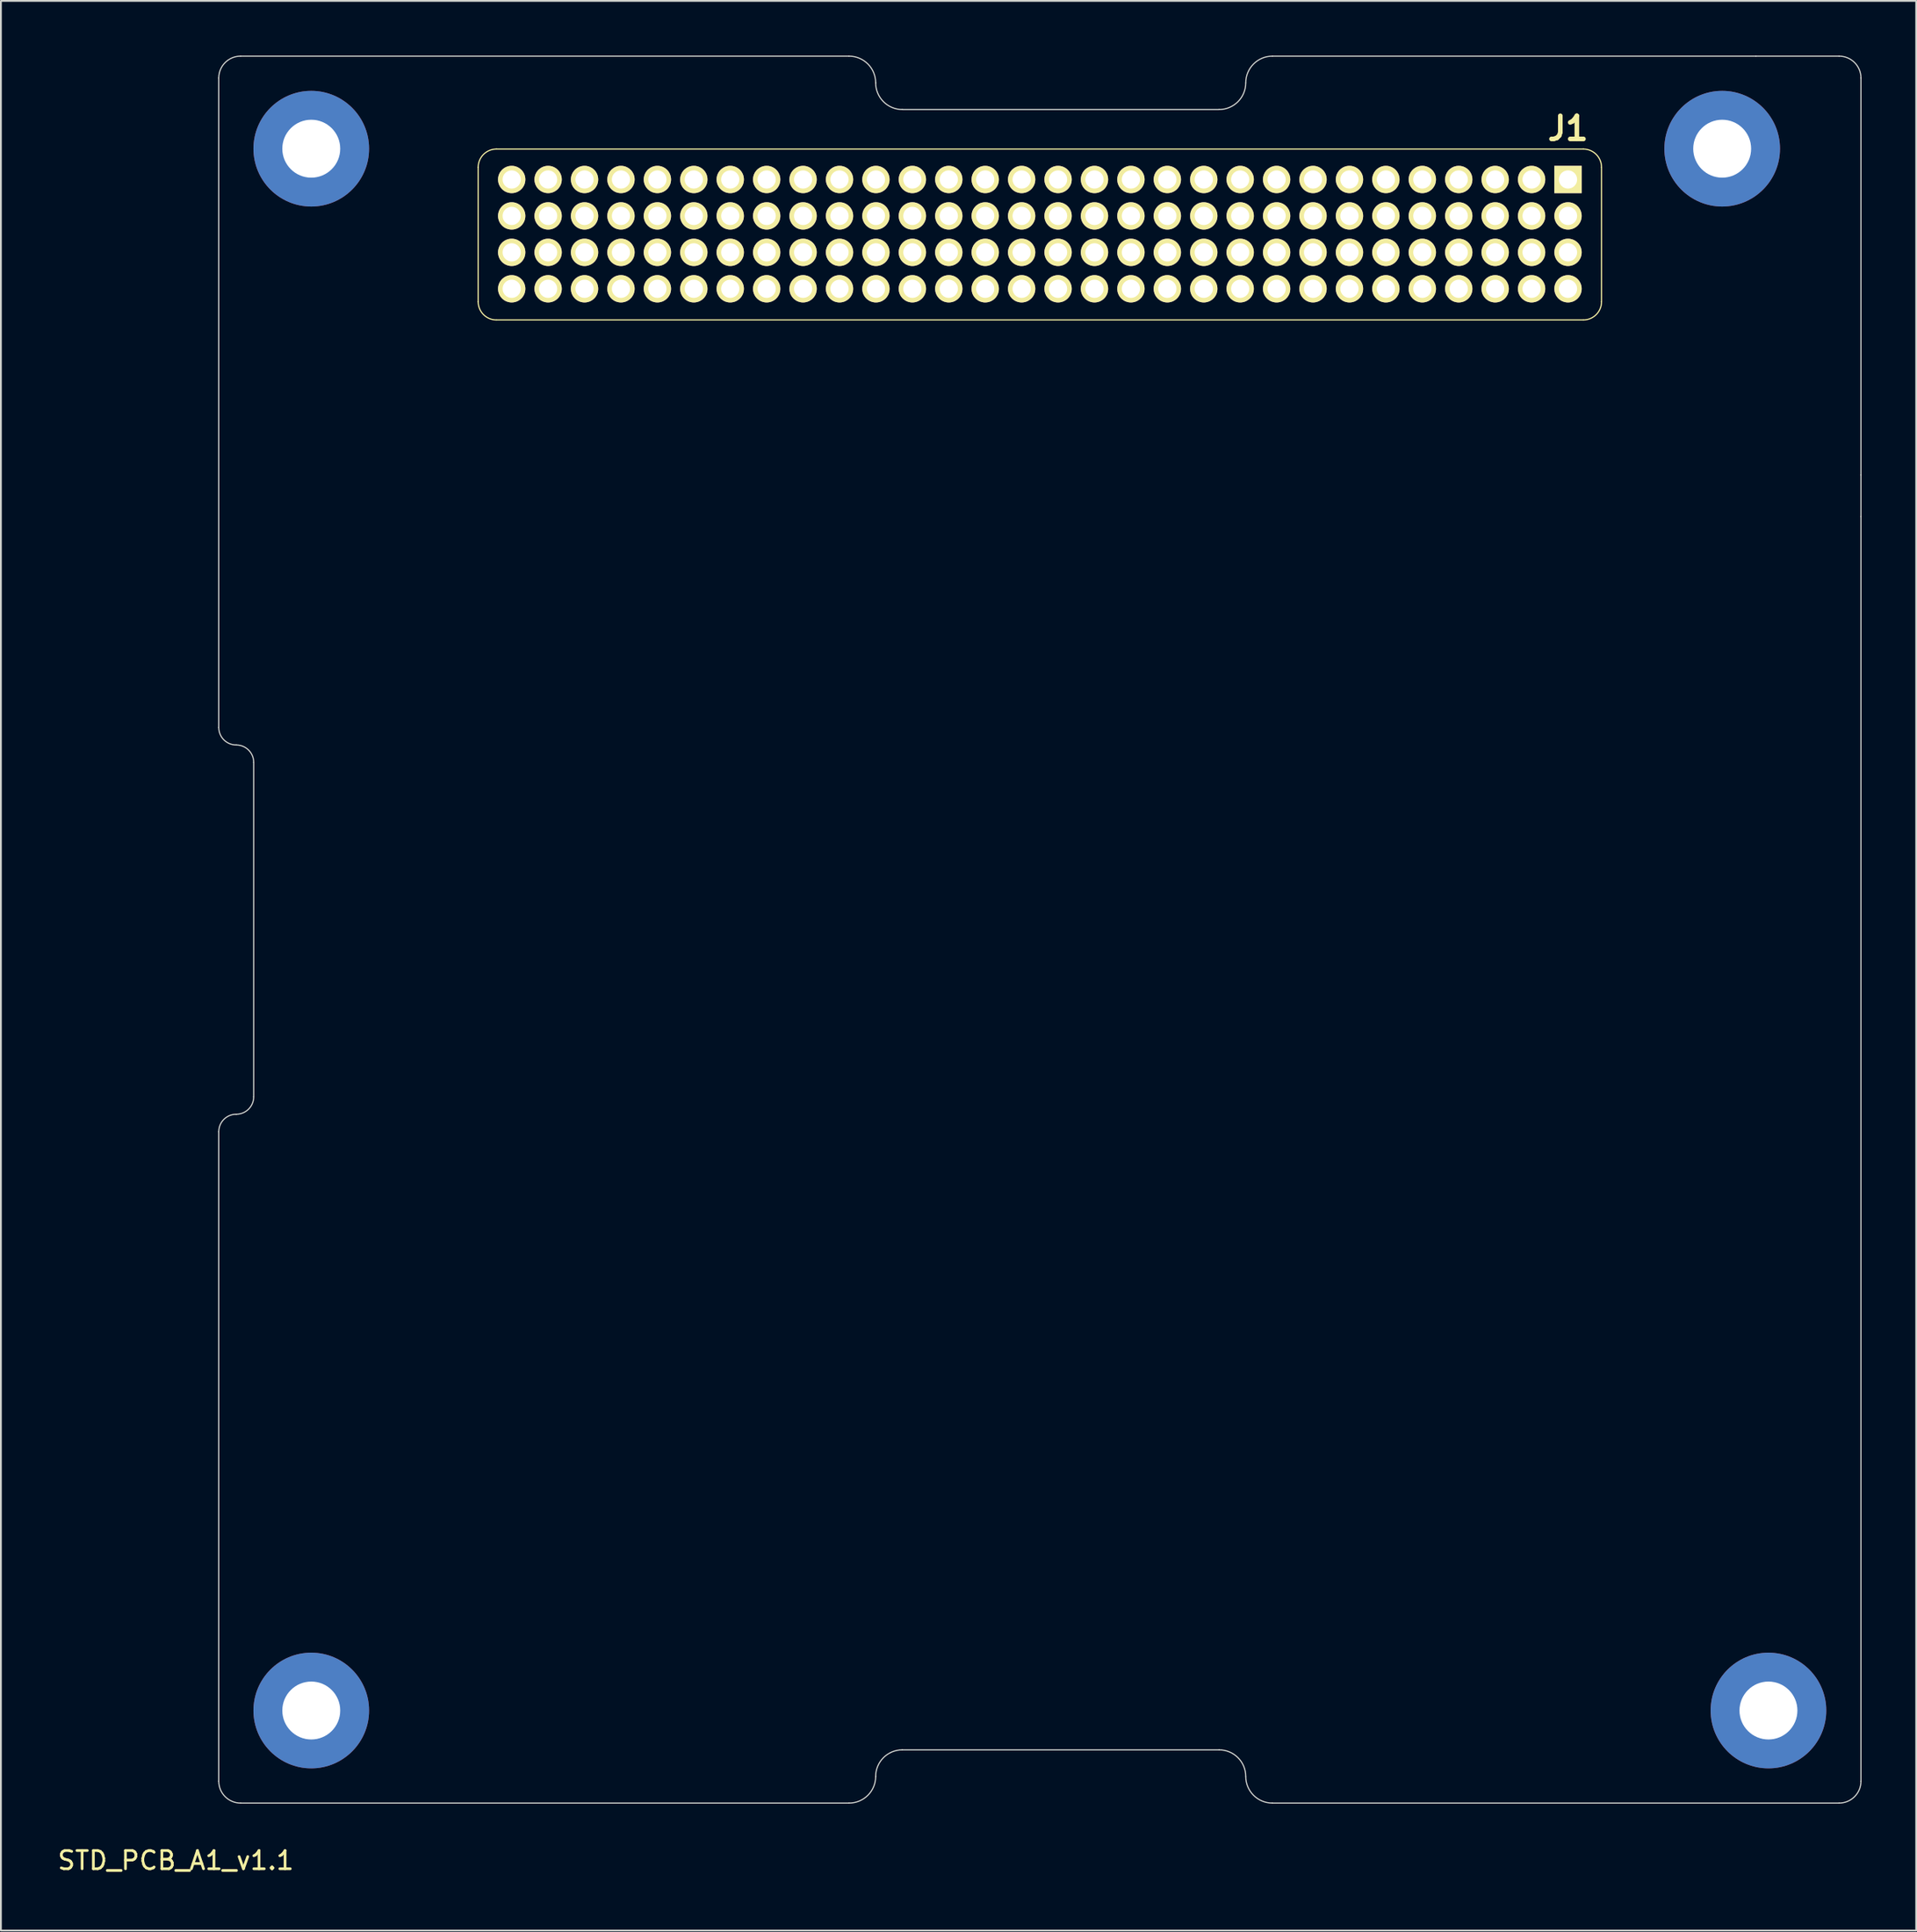
<source format=kicad_pcb>
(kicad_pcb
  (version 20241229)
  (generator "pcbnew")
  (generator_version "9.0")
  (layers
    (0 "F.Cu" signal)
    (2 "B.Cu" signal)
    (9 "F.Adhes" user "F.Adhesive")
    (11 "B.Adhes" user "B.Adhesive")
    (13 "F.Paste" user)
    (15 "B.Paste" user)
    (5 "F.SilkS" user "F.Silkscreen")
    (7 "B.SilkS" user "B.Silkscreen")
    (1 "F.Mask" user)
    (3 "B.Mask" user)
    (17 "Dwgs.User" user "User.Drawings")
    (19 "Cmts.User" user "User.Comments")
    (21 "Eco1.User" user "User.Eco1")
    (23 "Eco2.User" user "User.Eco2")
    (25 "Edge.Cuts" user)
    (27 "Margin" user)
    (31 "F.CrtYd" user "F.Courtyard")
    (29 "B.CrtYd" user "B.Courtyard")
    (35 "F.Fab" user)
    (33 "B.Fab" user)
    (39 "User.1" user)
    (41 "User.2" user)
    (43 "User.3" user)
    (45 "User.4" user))
  (footprint "STD_PCB_A1_v1.1"
    (layer "F.Cu")
    (at 8.961 95.922)
    (property "Reference" "STD_PCB_A1_v1.1" (at -2.36 3.15 0) (layer "F.SilkS") (effects (font (size 1 1) (thickness 0.15))))
    (attr through_hole)
    (fp_line (start 14.245 -89.79) (end 14.245 -82.41) (stroke (width 0.064) (type solid)) (layer "F.SilkS"))
    (fp_line (start 15.245 -81.41) (end 74.925 -81.41) (stroke (width 0.064) (type solid)) (layer "F.SilkS"))
    (fp_line (start 74.925 -90.79) (end 15.245 -90.79) (stroke (width 0.064) (type solid)) (layer "F.SilkS"))
    (fp_line (start 75.925 -82.41) (end 75.925 -89.79) (stroke (width 0.064) (type solid)) (layer "F.SilkS"))
    (fp_arc (start 14.245 -89.79) (mid 14.537893 -90.497107) (end 15.245 -90.79) (stroke (width 0.0635) (type solid)) (layer "F.SilkS"))
    (fp_arc (start 15.245 -81.41) (mid 14.537893 -81.702893) (end 14.245 -82.41) (stroke (width 0.0635) (type solid)) (layer "F.SilkS"))
    (fp_arc (start 74.925 -90.79) (mid 75.632107 -90.497107) (end 75.925 -89.79) (stroke (width 0.0635) (type solid)) (layer "F.SilkS"))
    (fp_arc (start 75.925 -82.41) (mid 75.632107 -81.702893) (end 74.925 -81.41) (stroke (width 0.0635) (type solid)) (layer "F.SilkS"))
    (fp_line (start 0 -59.04) (end 0 -94.69) (stroke (width 0.064) (type solid)) (layer "Edge.Cuts"))
    (fp_line (start 0 -1.2) (end 0 -36.85) (stroke (width 0.064) (type solid)) (layer "Edge.Cuts"))
    (fp_line (start 1.2 -95.89) (end 34.605 -95.89) (stroke (width 0.064) (type solid)) (layer "Edge.Cuts"))
    (fp_line (start 1.2 0) (end 34.61 0) (stroke (width 0.064) (type solid)) (layer "Edge.Cuts"))
    (fp_line (start 1.92 -38.77) (end 1.92 -57.12) (stroke (width 0.064) (type solid)) (layer "Edge.Cuts"))
    (fp_line (start 37.53 -2.92) (end 54.93 -2.92) (stroke (width 0.064) (type solid)) (layer "Edge.Cuts"))
    (fp_line (start 37.535 -92.96) (end 54.925 -92.96) (stroke (width 0.064) (type solid)) (layer "Edge.Cuts"))
    (fp_line (start 57.85 0) (end 88.97 0) (stroke (width 0.064) (type solid)) (layer "Edge.Cuts"))
    (fp_line (start 57.855 -95.89) (end 84.4 -95.89) (stroke (width 0.064) (type solid)) (layer "Edge.Cuts"))
    (fp_line (start 88.97 -95.89) (end 84.4 -95.89) (stroke (width 0.064) (type solid)) (layer "Edge.Cuts"))
    (fp_line (start 90.17 -72.9) (end 90.17 -94.69) (stroke (width 0.064) (type solid)) (layer "Edge.Cuts"))
    (fp_line (start 90.17 -72.9) (end 90.17 -70.615) (stroke (width 0.064) (type solid)) (layer "Edge.Cuts"))
    (fp_line (start 90.17 -1.2) (end 90.17 -70.615) (stroke (width 0.064) (type solid)) (layer "Edge.Cuts"))
    (fp_arc (start 0 -94.69) (mid 0.351472 -95.538528) (end 1.2 -95.89) (stroke (width 0.0635) (type solid)) (layer "Edge.Cuts"))
    (fp_arc (start 0 -36.85) (mid 0.281177 -37.528823) (end 0.96 -37.81) (stroke (width 0.0635) (type solid)) (layer "Edge.Cuts"))
    (fp_arc (start 0.96 -58.08) (mid 0.281177 -58.361177) (end 0 -59.04) (stroke (width 0.0635) (type solid)) (layer "Edge.Cuts"))
    (fp_arc (start 0.96 -58.08) (mid 1.638823 -57.798823) (end 1.92 -57.12) (stroke (width 0.0635) (type solid)) (layer "Edge.Cuts"))
    (fp_arc (start 1.2 0) (mid 0.351472 -0.351472) (end 0 -1.2) (stroke (width 0.0635) (type solid)) (layer "Edge.Cuts"))
    (fp_arc (start 1.92 -38.77) (mid 1.638823 -38.091177) (end 0.96 -37.81) (stroke (width 0.0635) (type solid)) (layer "Edge.Cuts"))
    (fp_arc (start 34.605 -95.89) (mid 35.640911 -95.460911) (end 36.07 -94.425) (stroke (width 0.0635) (type solid)) (layer "Edge.Cuts"))
    (fp_arc (start 36.07 -1.46) (mid 35.642376 -0.427624) (end 34.61 0) (stroke (width 0.0635) (type solid)) (layer "Edge.Cuts"))
    (fp_arc (start 36.07 -1.46) (mid 36.497624 -2.492376) (end 37.53 -2.92) (stroke (width 0.0635) (type solid)) (layer "Edge.Cuts"))
    (fp_arc (start 37.535 -92.96) (mid 36.499089 -93.389089) (end 36.07 -94.425) (stroke (width 0.0635) (type solid)) (layer "Edge.Cuts"))
    (fp_arc (start 54.93 -2.92) (mid 55.962376 -2.492376) (end 56.39 -1.46) (stroke (width 0.0635) (type solid)) (layer "Edge.Cuts"))
    (fp_arc (start 56.39 -94.425) (mid 55.960911 -93.389089) (end 54.925 -92.96) (stroke (width 0.0635) (type solid)) (layer "Edge.Cuts"))
    (fp_arc (start 56.39 -94.425) (mid 56.819089 -95.460911) (end 57.855 -95.89) (stroke (width 0.0635) (type solid)) (layer "Edge.Cuts"))
    (fp_arc (start 57.85 0) (mid 56.817624 -0.427624) (end 56.39 -1.46) (stroke (width 0.0635) (type solid)) (layer "Edge.Cuts"))
    (fp_arc (start 88.97 -95.89) (mid 89.818528 -95.538528) (end 90.17 -94.69) (stroke (width 0.0635) (type solid)) (layer "Edge.Cuts"))
    (fp_arc (start 90.17 -1.2) (mid 89.818528 -0.351472) (end 88.97 0) (stroke (width 0.0635) (type solid)) (layer "Edge.Cuts"))
    (fp_text user "J1" (at 74.085 -91.92 0) (layer "F.SilkS") (effects (font (size 1.27 1.27) (thickness 0.254))))
    (pad "" np_thru_hole circle (at 5.08 -90.81) (size 6.35 6.35) (drill 3.18) (layers "*.Cu" "*.Mask"))
    (pad "" np_thru_hole circle (at 5.08 -5.08) (size 6.35 6.35) (drill 3.18) (layers "*.Cu" "*.Mask"))
    (pad "" np_thru_hole circle (at 82.55 -90.81) (size 6.35 6.35) (drill 3.18) (layers "*.Cu" "*.Mask"))
    (pad "" np_thru_hole circle (at 85.09 -5.08) (size 6.35 6.35) (drill 3.18) (layers "*.Cu" "*.Mask"))
    (pad "1" thru_hole rect (at 74.085 -89.12 90) (size 1.5 1.5) (drill 1) (layers "*.Cu" "*.Mask" "F.SilkS"))
    (pad "2" thru_hole circle (at 72.085 -89.12 90) (size 1.5 1.5) (drill 1) (layers "*.Cu" "*.Mask" "F.SilkS"))
    (pad "3" thru_hole circle (at 70.085 -89.12 90) (size 1.5 1.5) (drill 1) (layers "*.Cu" "*.Mask" "F.SilkS"))
    (pad "4" thru_hole circle (at 68.085 -89.12 90) (size 1.5 1.5) (drill 1) (layers "*.Cu" "*.Mask" "F.SilkS"))
    (pad "5" thru_hole circle (at 66.085 -89.12 90) (size 1.5 1.5) (drill 1) (layers "*.Cu" "*.Mask" "F.SilkS"))
    (pad "6" thru_hole circle (at 64.085 -89.12 90) (size 1.5 1.5) (drill 1) (layers "*.Cu" "*.Mask" "F.SilkS"))
    (pad "7" thru_hole circle (at 62.085 -89.12 90) (size 1.5 1.5) (drill 1) (layers "*.Cu" "*.Mask" "F.SilkS"))
    (pad "8" thru_hole circle (at 60.085 -89.12 90) (size 1.5 1.5) (drill 1) (layers "*.Cu" "*.Mask" "F.SilkS"))
    (pad "9" thru_hole circle (at 58.085 -89.12 90) (size 1.5 1.5) (drill 1) (layers "*.Cu" "*.Mask" "F.SilkS"))
    (pad "10" thru_hole circle (at 56.085 -89.12 90) (size 1.5 1.5) (drill 1) (layers "*.Cu" "*.Mask" "F.SilkS"))
    (pad "11" thru_hole circle (at 54.085 -89.12 90) (size 1.5 1.5) (drill 1) (layers "*.Cu" "*.Mask" "F.SilkS"))
    (pad "12" thru_hole circle (at 52.085 -89.12 90) (size 1.5 1.5) (drill 1) (layers "*.Cu" "*.Mask" "F.SilkS"))
    (pad "13" thru_hole circle (at 50.085 -89.12 90) (size 1.5 1.5) (drill 1) (layers "*.Cu" "*.Mask" "F.SilkS"))
    (pad "14" thru_hole circle (at 48.085 -89.12 90) (size 1.5 1.5) (drill 1) (layers "*.Cu" "*.Mask" "F.SilkS"))
    (pad "15" thru_hole circle (at 46.085 -89.12 90) (size 1.5 1.5) (drill 1) (layers "*.Cu" "*.Mask" "F.SilkS"))
    (pad "16" thru_hole circle (at 44.085 -89.12 90) (size 1.5 1.5) (drill 1) (layers "*.Cu" "*.Mask" "F.SilkS"))
    (pad "17" thru_hole circle (at 42.085 -89.12 90) (size 1.5 1.5) (drill 1) (layers "*.Cu" "*.Mask" "F.SilkS"))
    (pad "18" thru_hole circle (at 40.085 -89.12 90) (size 1.5 1.5) (drill 1) (layers "*.Cu" "*.Mask" "F.SilkS"))
    (pad "19" thru_hole circle (at 38.085 -89.12 90) (size 1.5 1.5) (drill 1) (layers "*.Cu" "*.Mask" "F.SilkS"))
    (pad "20" thru_hole circle (at 36.085 -89.12 90) (size 1.5 1.5) (drill 1) (layers "*.Cu" "*.Mask" "F.SilkS"))
    (pad "21" thru_hole circle (at 34.085 -89.12 90) (size 1.5 1.5) (drill 1) (layers "*.Cu" "*.Mask" "F.SilkS"))
    (pad "22" thru_hole circle (at 32.085 -89.12 90) (size 1.5 1.5) (drill 1) (layers "*.Cu" "*.Mask" "F.SilkS"))
    (pad "23" thru_hole circle (at 30.085 -89.12 90) (size 1.5 1.5) (drill 1) (layers "*.Cu" "*.Mask" "F.SilkS"))
    (pad "24" thru_hole circle (at 28.085 -89.12 90) (size 1.5 1.5) (drill 1) (layers "*.Cu" "*.Mask" "F.SilkS"))
    (pad "25" thru_hole circle (at 26.085 -89.12 90) (size 1.5 1.5) (drill 1) (layers "*.Cu" "*.Mask" "F.SilkS"))
    (pad "26" thru_hole circle (at 24.085 -89.12 90) (size 1.5 1.5) (drill 1) (layers "*.Cu" "*.Mask" "F.SilkS"))
    (pad "27" thru_hole circle (at 22.085 -89.12 90) (size 1.5 1.5) (drill 1) (layers "*.Cu" "*.Mask" "F.SilkS"))
    (pad "28" thru_hole circle (at 20.085 -89.12 90) (size 1.5 1.5) (drill 1) (layers "*.Cu" "*.Mask" "F.SilkS"))
    (pad "29" thru_hole circle (at 18.085 -89.12 90) (size 1.5 1.5) (drill 1) (layers "*.Cu" "*.Mask" "F.SilkS"))
    (pad "30" thru_hole circle (at 16.085 -89.12 90) (size 1.5 1.5) (drill 1) (layers "*.Cu" "*.Mask" "F.SilkS"))
    (pad "31" thru_hole circle (at 74.085 -87.12 90) (size 1.5 1.5) (drill 1) (layers "*.Cu" "*.Mask" "F.SilkS"))
    (pad "32" thru_hole circle (at 72.085 -87.12 90) (size 1.5 1.5) (drill 1) (layers "*.Cu" "*.Mask" "F.SilkS"))
    (pad "33" thru_hole circle (at 70.085 -87.12 90) (size 1.5 1.5) (drill 1) (layers "*.Cu" "*.Mask" "F.SilkS"))
    (pad "34" thru_hole circle (at 68.085 -87.12 90) (size 1.5 1.5) (drill 1) (layers "*.Cu" "*.Mask" "F.SilkS"))
    (pad "35" thru_hole circle (at 66.085 -87.12 90) (size 1.5 1.5) (drill 1) (layers "*.Cu" "*.Mask" "F.SilkS"))
    (pad "36" thru_hole circle (at 64.085 -87.12 90) (size 1.5 1.5) (drill 1) (layers "*.Cu" "*.Mask" "F.SilkS"))
    (pad "37" thru_hole circle (at 62.085 -87.12 90) (size 1.5 1.5) (drill 1) (layers "*.Cu" "*.Mask" "F.SilkS"))
    (pad "38" thru_hole circle (at 60.085 -87.12 90) (size 1.5 1.5) (drill 1) (layers "*.Cu" "*.Mask" "F.SilkS"))
    (pad "39" thru_hole circle (at 58.085 -87.12 90) (size 1.5 1.5) (drill 1) (layers "*.Cu" "*.Mask" "F.SilkS"))
    (pad "40" thru_hole circle (at 56.085 -87.12 90) (size 1.5 1.5) (drill 1) (layers "*.Cu" "*.Mask" "F.SilkS"))
    (pad "41" thru_hole circle (at 54.085 -87.12 90) (size 1.5 1.5) (drill 1) (layers "*.Cu" "*.Mask" "F.SilkS"))
    (pad "42" thru_hole circle (at 52.085 -87.12 90) (size 1.5 1.5) (drill 1) (layers "*.Cu" "*.Mask" "F.SilkS"))
    (pad "43" thru_hole circle (at 50.085 -87.12 90) (size 1.5 1.5) (drill 1) (layers "*.Cu" "*.Mask" "F.SilkS"))
    (pad "44" thru_hole circle (at 48.085 -87.12 90) (size 1.5 1.5) (drill 1) (layers "*.Cu" "*.Mask" "F.SilkS"))
    (pad "45" thru_hole circle (at 46.085 -87.12 90) (size 1.5 1.5) (drill 1) (layers "*.Cu" "*.Mask" "F.SilkS"))
    (pad "46" thru_hole circle (at 44.085 -87.12 90) (size 1.5 1.5) (drill 1) (layers "*.Cu" "*.Mask" "F.SilkS"))
    (pad "47" thru_hole circle (at 42.085 -87.12 90) (size 1.5 1.5) (drill 1) (layers "*.Cu" "*.Mask" "F.SilkS"))
    (pad "48" thru_hole circle (at 40.085 -87.12 90) (size 1.5 1.5) (drill 1) (layers "*.Cu" "*.Mask" "F.SilkS"))
    (pad "49" thru_hole circle (at 38.085 -87.12 90) (size 1.5 1.5) (drill 1) (layers "*.Cu" "*.Mask" "F.SilkS"))
    (pad "50" thru_hole circle (at 36.085 -87.12 90) (size 1.5 1.5) (drill 1) (layers "*.Cu" "*.Mask" "F.SilkS"))
    (pad "51" thru_hole circle (at 34.085 -87.12 90) (size 1.5 1.5) (drill 1) (layers "*.Cu" "*.Mask" "F.SilkS"))
    (pad "52" thru_hole circle (at 32.085 -87.12 90) (size 1.5 1.5) (drill 1) (layers "*.Cu" "*.Mask" "F.SilkS"))
    (pad "53" thru_hole circle (at 30.085 -87.12 90) (size 1.5 1.5) (drill 1) (layers "*.Cu" "*.Mask" "F.SilkS"))
    (pad "54" thru_hole circle (at 28.085 -87.12 90) (size 1.5 1.5) (drill 1) (layers "*.Cu" "*.Mask" "F.SilkS"))
    (pad "55" thru_hole circle (at 26.085 -87.12 90) (size 1.5 1.5) (drill 1) (layers "*.Cu" "*.Mask" "F.SilkS"))
    (pad "56" thru_hole circle (at 24.085 -87.12 90) (size 1.5 1.5) (drill 1) (layers "*.Cu" "*.Mask" "F.SilkS"))
    (pad "57" thru_hole circle (at 22.085 -87.12 90) (size 1.5 1.5) (drill 1) (layers "*.Cu" "*.Mask" "F.SilkS"))
    (pad "58" thru_hole circle (at 20.085 -87.12 90) (size 1.5 1.5) (drill 1) (layers "*.Cu" "*.Mask" "F.SilkS"))
    (pad "59" thru_hole circle (at 18.085 -87.12 90) (size 1.5 1.5) (drill 1) (layers "*.Cu" "*.Mask" "F.SilkS"))
    (pad "60" thru_hole circle (at 16.085 -87.12 90) (size 1.5 1.5) (drill 1) (layers "*.Cu" "*.Mask" "F.SilkS"))
    (pad "61" thru_hole circle (at 74.085 -85.12 90) (size 1.5 1.5) (drill 1) (layers "*.Cu" "*.Mask" "F.SilkS"))
    (pad "62" thru_hole circle (at 72.085 -85.12 90) (size 1.5 1.5) (drill 1) (layers "*.Cu" "*.Mask" "F.SilkS"))
    (pad "63" thru_hole circle (at 70.085 -85.12 90) (size 1.5 1.5) (drill 1) (layers "*.Cu" "*.Mask" "F.SilkS"))
    (pad "64" thru_hole circle (at 68.085 -85.12 90) (size 1.5 1.5) (drill 1) (layers "*.Cu" "*.Mask" "F.SilkS"))
    (pad "65" thru_hole circle (at 66.085 -85.12 90) (size 1.5 1.5) (drill 1) (layers "*.Cu" "*.Mask" "F.SilkS"))
    (pad "66" thru_hole circle (at 64.085 -85.12 90) (size 1.5 1.5) (drill 1) (layers "*.Cu" "*.Mask" "F.SilkS"))
    (pad "67" thru_hole circle (at 62.085 -85.12 90) (size 1.5 1.5) (drill 1) (layers "*.Cu" "*.Mask" "F.SilkS"))
    (pad "68" thru_hole circle (at 60.085 -85.12 90) (size 1.5 1.5) (drill 1) (layers "*.Cu" "*.Mask" "F.SilkS"))
    (pad "69" thru_hole circle (at 58.085 -85.12 90) (size 1.5 1.5) (drill 1) (layers "*.Cu" "*.Mask" "F.SilkS"))
    (pad "70" thru_hole circle (at 56.085 -85.12 90) (size 1.5 1.5) (drill 1) (layers "*.Cu" "*.Mask" "F.SilkS"))
    (pad "71" thru_hole circle (at 54.085 -85.12 90) (size 1.5 1.5) (drill 1) (layers "*.Cu" "*.Mask" "F.SilkS"))
    (pad "72" thru_hole circle (at 52.085 -85.12 90) (size 1.5 1.5) (drill 1) (layers "*.Cu" "*.Mask" "F.SilkS"))
    (pad "73" thru_hole circle (at 50.085 -85.12 90) (size 1.5 1.5) (drill 1) (layers "*.Cu" "*.Mask" "F.SilkS"))
    (pad "74" thru_hole circle (at 48.085 -85.12 90) (size 1.5 1.5) (drill 1) (layers "*.Cu" "*.Mask" "F.SilkS"))
    (pad "75" thru_hole circle (at 46.085 -85.12 90) (size 1.5 1.5) (drill 1) (layers "*.Cu" "*.Mask" "F.SilkS"))
    (pad "76" thru_hole circle (at 44.085 -85.12 90) (size 1.5 1.5) (drill 1) (layers "*.Cu" "*.Mask" "F.SilkS"))
    (pad "77" thru_hole circle (at 42.085 -85.12 90) (size 1.5 1.5) (drill 1) (layers "*.Cu" "*.Mask" "F.SilkS"))
    (pad "78" thru_hole circle (at 40.085 -85.12 90) (size 1.5 1.5) (drill 1) (layers "*.Cu" "*.Mask" "F.SilkS"))
    (pad "79" thru_hole circle (at 38.085 -85.12 90) (size 1.5 1.5) (drill 1) (layers "*.Cu" "*.Mask" "F.SilkS"))
    (pad "80" thru_hole circle (at 36.085 -85.12 90) (size 1.5 1.5) (drill 1) (layers "*.Cu" "*.Mask" "F.SilkS"))
    (pad "81" thru_hole circle (at 34.085 -85.12 90) (size 1.5 1.5) (drill 1) (layers "*.Cu" "*.Mask" "F.SilkS"))
    (pad "82" thru_hole circle (at 32.085 -85.12 90) (size 1.5 1.5) (drill 1) (layers "*.Cu" "*.Mask" "F.SilkS"))
    (pad "83" thru_hole circle (at 30.085 -85.12 90) (size 1.5 1.5) (drill 1) (layers "*.Cu" "*.Mask" "F.SilkS"))
    (pad "84" thru_hole circle (at 28.085 -85.12 90) (size 1.5 1.5) (drill 1) (layers "*.Cu" "*.Mask" "F.SilkS"))
    (pad "85" thru_hole circle (at 26.085 -85.12 90) (size 1.5 1.5) (drill 1) (layers "*.Cu" "*.Mask" "F.SilkS"))
    (pad "86" thru_hole circle (at 24.085 -85.12 90) (size 1.5 1.5) (drill 1) (layers "*.Cu" "*.Mask" "F.SilkS"))
    (pad "87" thru_hole circle (at 22.085 -85.12 90) (size 1.5 1.5) (drill 1) (layers "*.Cu" "*.Mask" "F.SilkS"))
    (pad "88" thru_hole circle (at 20.085 -85.12 90) (size 1.5 1.5) (drill 1) (layers "*.Cu" "*.Mask" "F.SilkS"))
    (pad "89" thru_hole circle (at 18.085 -85.12 90) (size 1.5 1.5) (drill 1) (layers "*.Cu" "*.Mask" "F.SilkS"))
    (pad "90" thru_hole circle (at 16.085 -85.12 90) (size 1.5 1.5) (drill 1) (layers "*.Cu" "*.Mask" "F.SilkS"))
    (pad "91" thru_hole circle (at 74.085 -83.12 90) (size 1.5 1.5) (drill 1) (layers "*.Cu" "*.Mask" "F.SilkS"))
    (pad "92" thru_hole circle (at 72.085 -83.12 90) (size 1.5 1.5) (drill 1) (layers "*.Cu" "*.Mask" "F.SilkS"))
    (pad "93" thru_hole circle (at 70.085 -83.12 90) (size 1.5 1.5) (drill 1) (layers "*.Cu" "*.Mask" "F.SilkS"))
    (pad "94" thru_hole circle (at 68.085 -83.12 90) (size 1.5 1.5) (drill 1) (layers "*.Cu" "*.Mask" "F.SilkS"))
    (pad "95" thru_hole circle (at 66.085 -83.12 90) (size 1.5 1.5) (drill 1) (layers "*.Cu" "*.Mask" "F.SilkS"))
    (pad "96" thru_hole circle (at 64.085 -83.12 90) (size 1.5 1.5) (drill 1) (layers "*.Cu" "*.Mask" "F.SilkS"))
    (pad "97" thru_hole circle (at 62.085 -83.12 90) (size 1.5 1.5) (drill 1) (layers "*.Cu" "*.Mask" "F.SilkS"))
    (pad "98" thru_hole circle (at 60.085 -83.12 90) (size 1.5 1.5) (drill 1) (layers "*.Cu" "*.Mask" "F.SilkS"))
    (pad "99" thru_hole circle (at 58.085 -83.12 90) (size 1.5 1.5) (drill 1) (layers "*.Cu" "*.Mask" "F.SilkS"))
    (pad "100" thru_hole circle (at 56.085 -83.12 90) (size 1.5 1.5) (drill 1) (layers "*.Cu" "*.Mask" "F.SilkS"))
    (pad "101" thru_hole circle (at 54.085 -83.12 90) (size 1.5 1.5) (drill 1) (layers "*.Cu" "*.Mask" "F.SilkS"))
    (pad "102" thru_hole circle (at 52.085 -83.12 90) (size 1.5 1.5) (drill 1) (layers "*.Cu" "*.Mask" "F.SilkS"))
    (pad "103" thru_hole circle (at 50.085 -83.12 90) (size 1.5 1.5) (drill 1) (layers "*.Cu" "*.Mask" "F.SilkS"))
    (pad "104" thru_hole circle (at 48.085 -83.12 90) (size 1.5 1.5) (drill 1) (layers "*.Cu" "*.Mask" "F.SilkS"))
    (pad "105" thru_hole circle (at 46.085 -83.12 90) (size 1.5 1.5) (drill 1) (layers "*.Cu" "*.Mask" "F.SilkS"))
    (pad "106" thru_hole circle (at 44.085 -83.12 90) (size 1.5 1.5) (drill 1) (layers "*.Cu" "*.Mask" "F.SilkS"))
    (pad "107" thru_hole circle (at 42.085 -83.12 90) (size 1.5 1.5) (drill 1) (layers "*.Cu" "*.Mask" "F.SilkS"))
    (pad "108" thru_hole circle (at 40.085 -83.12 90) (size 1.5 1.5) (drill 1) (layers "*.Cu" "*.Mask" "F.SilkS"))
    (pad "109" thru_hole circle (at 38.085 -83.12 90) (size 1.5 1.5) (drill 1) (layers "*.Cu" "*.Mask" "F.SilkS"))
    (pad "110" thru_hole circle (at 36.085 -83.12 90) (size 1.5 1.5) (drill 1) (layers "*.Cu" "*.Mask" "F.SilkS"))
    (pad "111" thru_hole circle (at 34.085 -83.12 90) (size 1.5 1.5) (drill 1) (layers "*.Cu" "*.Mask" "F.SilkS"))
    (pad "112" thru_hole circle (at 32.085 -83.12 90) (size 1.5 1.5) (drill 1) (layers "*.Cu" "*.Mask" "F.SilkS"))
    (pad "113" thru_hole circle (at 30.085 -83.12 90) (size 1.5 1.5) (drill 1) (layers "*.Cu" "*.Mask" "F.SilkS"))
    (pad "114" thru_hole circle (at 28.085 -83.12 90) (size 1.5 1.5) (drill 1) (layers "*.Cu" "*.Mask" "F.SilkS"))
    (pad "115" thru_hole circle (at 26.085 -83.12 90) (size 1.5 1.5) (drill 1) (layers "*.Cu" "*.Mask" "F.SilkS"))
    (pad "116" thru_hole circle (at 24.085 -83.12 90) (size 1.5 1.5) (drill 1) (layers "*.Cu" "*.Mask" "F.SilkS"))
    (pad "117" thru_hole circle (at 22.085 -83.12 90) (size 1.5 1.5) (drill 1) (layers "*.Cu" "*.Mask" "F.SilkS"))
    (pad "118" thru_hole circle (at 20.085 -83.12 90) (size 1.5 1.5) (drill 1) (layers "*.Cu" "*.Mask" "F.SilkS"))
    (pad "119" thru_hole circle (at 18.085 -83.12 90) (size 1.5 1.5) (drill 1) (layers "*.Cu" "*.Mask" "F.SilkS"))
    (pad "120" thru_hole circle (at 16.085 -83.12 90) (size 1.5 1.5) (drill 1) (layers "*.Cu" "*.Mask" "F.SilkS")))
  (gr_rect
    (start -3 -3)
    (end 102.163 102.92)
    (stroke (width 0.1) (type default))
    (fill no)
    (layer "Edge.Cuts")))
</source>
